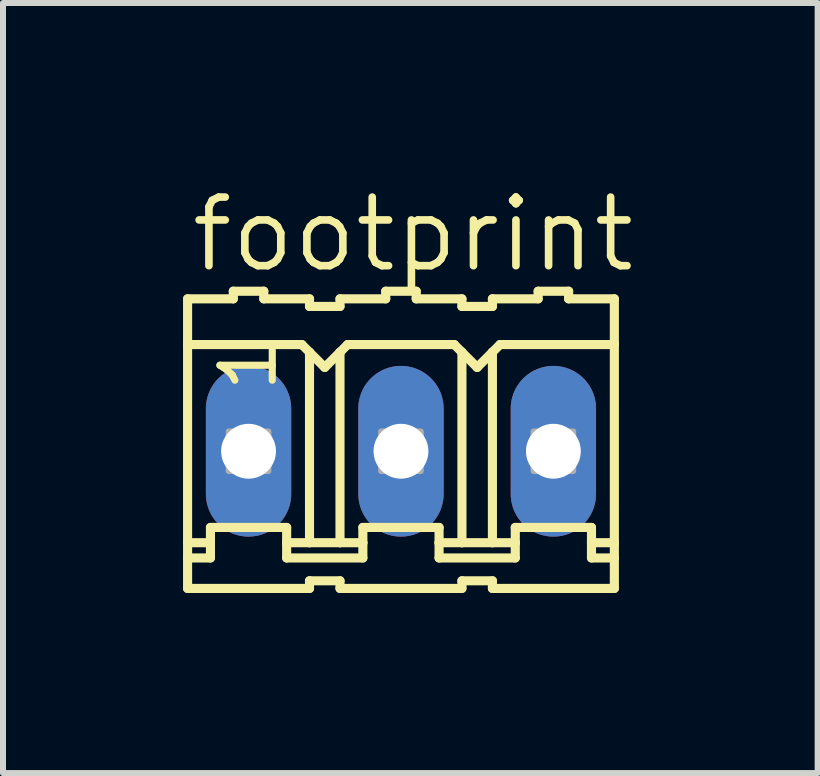
<source format=kicad_pcb>
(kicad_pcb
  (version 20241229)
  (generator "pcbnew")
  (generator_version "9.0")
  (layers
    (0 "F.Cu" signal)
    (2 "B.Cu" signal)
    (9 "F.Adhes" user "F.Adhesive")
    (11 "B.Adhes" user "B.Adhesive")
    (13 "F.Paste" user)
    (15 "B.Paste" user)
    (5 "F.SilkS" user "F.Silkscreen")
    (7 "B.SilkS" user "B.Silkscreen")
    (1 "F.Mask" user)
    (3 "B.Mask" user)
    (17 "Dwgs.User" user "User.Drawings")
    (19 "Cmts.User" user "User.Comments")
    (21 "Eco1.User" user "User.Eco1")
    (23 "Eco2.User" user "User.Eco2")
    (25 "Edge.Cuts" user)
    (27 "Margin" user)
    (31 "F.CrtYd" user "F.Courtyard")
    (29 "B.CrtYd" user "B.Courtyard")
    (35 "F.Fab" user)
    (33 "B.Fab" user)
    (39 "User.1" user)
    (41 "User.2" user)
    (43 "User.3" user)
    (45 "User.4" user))
  (footprint "footprint"
    (layer "F.Cu")
    (at 3.632 4.47)
    (property "Reference" "footprint" (at -3.556 -2.946 0) (layer "F.SilkS") (effects (font (size 1.143 1.143) (thickness 0.127)) (justify left bottom)))
    (fp_line (start -3.556 -2.54) (end -3.556 -1.778) (stroke (width 0.152) (type solid)) (layer "F.SilkS"))
    (fp_line (start -3.556 -2.54) (end -2.794 -2.54) (stroke (width 0.152) (type solid)) (layer "F.SilkS"))
    (fp_line (start -3.556 -1.778) (end -3.556 1.524) (stroke (width 0.152) (type solid)) (layer "F.SilkS"))
    (fp_line (start -3.556 1.524) (end -3.556 1.778) (stroke (width 0.152) (type solid)) (layer "F.SilkS"))
    (fp_line (start -3.556 1.778) (end -3.556 2.286) (stroke (width 0.152) (type solid)) (layer "F.SilkS"))
    (fp_line (start -3.556 1.778) (end -3.175 1.778) (stroke (width 0.152) (type solid)) (layer "F.SilkS"))
    (fp_line (start -3.175 1.27) (end -1.905 1.27) (stroke (width 0.152) (type solid)) (layer "F.SilkS"))
    (fp_line (start -3.175 1.524) (end -3.556 1.524) (stroke (width 0.152) (type solid)) (layer "F.SilkS"))
    (fp_line (start -3.175 1.524) (end -3.175 1.27) (stroke (width 0.152) (type solid)) (layer "F.SilkS"))
    (fp_line (start -3.175 1.778) (end -3.175 1.524) (stroke (width 0.152) (type solid)) (layer "F.SilkS"))
    (fp_line (start -2.794 -2.54) (end -2.794 -2.667) (stroke (width 0.152) (type solid)) (layer "F.SilkS"))
    (fp_line (start -2.286 -2.667) (end -2.794 -2.667) (stroke (width 0.152) (type solid)) (layer "F.SilkS"))
    (fp_line (start -2.286 -2.54) (end -2.286 -2.667) (stroke (width 0.152) (type solid)) (layer "F.SilkS"))
    (fp_line (start -1.905 1.524) (end -1.905 1.27) (stroke (width 0.152) (type solid)) (layer "F.SilkS"))
    (fp_line (start -1.905 1.524) (end -1.524 1.524) (stroke (width 0.152) (type solid)) (layer "F.SilkS"))
    (fp_line (start -1.905 1.778) (end -1.905 1.524) (stroke (width 0.152) (type solid)) (layer "F.SilkS"))
    (fp_line (start -1.651 -1.778) (end -3.556 -1.778) (stroke (width 0.152) (type solid)) (layer "F.SilkS"))
    (fp_line (start -1.651 -1.778) (end -1.524 -1.651) (stroke (width 0.152) (type solid)) (layer "F.SilkS"))
    (fp_line (start -1.524 -2.54) (end -2.286 -2.54) (stroke (width 0.152) (type solid)) (layer "F.SilkS"))
    (fp_line (start -1.524 -2.413) (end -1.524 -2.54) (stroke (width 0.152) (type solid)) (layer "F.SilkS"))
    (fp_line (start -1.524 -2.413) (end -1.016 -2.413) (stroke (width 0.152) (type solid)) (layer "F.SilkS"))
    (fp_line (start -1.524 -1.651) (end -1.524 1.524) (stroke (width 0.152) (type solid)) (layer "F.SilkS"))
    (fp_line (start -1.524 -1.651) (end -1.27 -1.397) (stroke (width 0.152) (type solid)) (layer "F.SilkS"))
    (fp_line (start -1.524 1.524) (end -1.016 1.524) (stroke (width 0.152) (type solid)) (layer "F.SilkS"))
    (fp_line (start -1.524 2.159) (end -1.524 2.286) (stroke (width 0.152) (type solid)) (layer "F.SilkS"))
    (fp_line (start -1.524 2.286) (end -3.556 2.286) (stroke (width 0.152) (type solid)) (layer "F.SilkS"))
    (fp_line (start -1.27 -1.397) (end -1.016 -1.651) (stroke (width 0.152) (type solid)) (layer "F.SilkS"))
    (fp_line (start -1.016 -2.54) (end -0.254 -2.54) (stroke (width 0.152) (type solid)) (layer "F.SilkS"))
    (fp_line (start -1.016 -2.413) (end -1.016 -2.54) (stroke (width 0.152) (type solid)) (layer "F.SilkS"))
    (fp_line (start -1.016 -1.651) (end -1.016 1.524) (stroke (width 0.152) (type solid)) (layer "F.SilkS"))
    (fp_line (start -1.016 -1.651) (end -0.889 -1.778) (stroke (width 0.152) (type solid)) (layer "F.SilkS"))
    (fp_line (start -1.016 1.524) (end -0.635 1.524) (stroke (width 0.152) (type solid)) (layer "F.SilkS"))
    (fp_line (start -1.016 2.159) (end -1.524 2.159) (stroke (width 0.152) (type solid)) (layer "F.SilkS"))
    (fp_line (start -1.016 2.159) (end -1.016 2.286) (stroke (width 0.152) (type solid)) (layer "F.SilkS"))
    (fp_line (start -1.016 2.286) (end 1.016 2.286) (stroke (width 0.152) (type solid)) (layer "F.SilkS"))
    (fp_line (start -0.889 -1.778) (end 0.889 -1.778) (stroke (width 0.152) (type solid)) (layer "F.SilkS"))
    (fp_line (start -0.635 1.27) (end 0.635 1.27) (stroke (width 0.152) (type solid)) (layer "F.SilkS"))
    (fp_line (start -0.635 1.524) (end -0.635 1.27) (stroke (width 0.152) (type solid)) (layer "F.SilkS"))
    (fp_line (start -0.635 1.778) (end -1.905 1.778) (stroke (width 0.152) (type solid)) (layer "F.SilkS"))
    (fp_line (start -0.635 1.778) (end -0.635 1.524) (stroke (width 0.152) (type solid)) (layer "F.SilkS"))
    (fp_line (start -0.254 -2.54) (end -0.254 -2.667) (stroke (width 0.152) (type solid)) (layer "F.SilkS"))
    (fp_line (start 0.254 -2.667) (end -0.254 -2.667) (stroke (width 0.152) (type solid)) (layer "F.SilkS"))
    (fp_line (start 0.254 -2.54) (end 0.254 -2.667) (stroke (width 0.152) (type solid)) (layer "F.SilkS"))
    (fp_line (start 0.254 -2.54) (end 1.016 -2.54) (stroke (width 0.152) (type solid)) (layer "F.SilkS"))
    (fp_line (start 0.635 1.524) (end 0.635 1.27) (stroke (width 0.152) (type solid)) (layer "F.SilkS"))
    (fp_line (start 0.635 1.524) (end 1.016 1.524) (stroke (width 0.152) (type solid)) (layer "F.SilkS"))
    (fp_line (start 0.635 1.778) (end 0.635 1.524) (stroke (width 0.152) (type solid)) (layer "F.SilkS"))
    (fp_line (start 0.635 1.778) (end 1.905 1.778) (stroke (width 0.152) (type solid)) (layer "F.SilkS"))
    (fp_line (start 0.889 -1.778) (end 1.016 -1.651) (stroke (width 0.152) (type solid)) (layer "F.SilkS"))
    (fp_line (start 1.016 -2.413) (end 1.016 -2.54) (stroke (width 0.152) (type solid)) (layer "F.SilkS"))
    (fp_line (start 1.016 -1.651) (end 1.016 1.524) (stroke (width 0.152) (type solid)) (layer "F.SilkS"))
    (fp_line (start 1.016 -1.651) (end 1.27 -1.397) (stroke (width 0.152) (type solid)) (layer "F.SilkS"))
    (fp_line (start 1.016 1.524) (end 1.524 1.524) (stroke (width 0.152) (type solid)) (layer "F.SilkS"))
    (fp_line (start 1.016 2.159) (end 1.016 2.286) (stroke (width 0.152) (type solid)) (layer "F.SilkS"))
    (fp_line (start 1.27 -1.397) (end 1.524 -1.651) (stroke (width 0.152) (type solid)) (layer "F.SilkS"))
    (fp_line (start 1.524 -2.54) (end 2.286 -2.54) (stroke (width 0.152) (type solid)) (layer "F.SilkS"))
    (fp_line (start 1.524 -2.413) (end 1.016 -2.413) (stroke (width 0.152) (type solid)) (layer "F.SilkS"))
    (fp_line (start 1.524 -2.413) (end 1.524 -2.54) (stroke (width 0.152) (type solid)) (layer "F.SilkS"))
    (fp_line (start 1.524 -1.651) (end 1.524 1.524) (stroke (width 0.152) (type solid)) (layer "F.SilkS"))
    (fp_line (start 1.524 -1.651) (end 1.651 -1.778) (stroke (width 0.152) (type solid)) (layer "F.SilkS"))
    (fp_line (start 1.524 1.524) (end 1.905 1.524) (stroke (width 0.152) (type solid)) (layer "F.SilkS"))
    (fp_line (start 1.524 2.159) (end 1.016 2.159) (stroke (width 0.152) (type solid)) (layer "F.SilkS"))
    (fp_line (start 1.524 2.159) (end 1.524 2.286) (stroke (width 0.152) (type solid)) (layer "F.SilkS"))
    (fp_line (start 1.651 -1.778) (end 3.556 -1.778) (stroke (width 0.152) (type solid)) (layer "F.SilkS"))
    (fp_line (start 1.905 1.27) (end 3.175 1.27) (stroke (width 0.152) (type solid)) (layer "F.SilkS"))
    (fp_line (start 1.905 1.524) (end 1.905 1.27) (stroke (width 0.152) (type solid)) (layer "F.SilkS"))
    (fp_line (start 1.905 1.778) (end 1.905 1.524) (stroke (width 0.152) (type solid)) (layer "F.SilkS"))
    (fp_line (start 2.286 -2.54) (end 2.286 -2.667) (stroke (width 0.152) (type solid)) (layer "F.SilkS"))
    (fp_line (start 2.794 -2.667) (end 2.286 -2.667) (stroke (width 0.152) (type solid)) (layer "F.SilkS"))
    (fp_line (start 2.794 -2.54) (end 2.794 -2.667) (stroke (width 0.152) (type solid)) (layer "F.SilkS"))
    (fp_line (start 2.794 -2.54) (end 3.556 -2.54) (stroke (width 0.152) (type solid)) (layer "F.SilkS"))
    (fp_line (start 3.175 1.524) (end 3.175 1.27) (stroke (width 0.152) (type solid)) (layer "F.SilkS"))
    (fp_line (start 3.175 1.524) (end 3.556 1.524) (stroke (width 0.152) (type solid)) (layer "F.SilkS"))
    (fp_line (start 3.175 1.778) (end 3.175 1.524) (stroke (width 0.152) (type solid)) (layer "F.SilkS"))
    (fp_line (start 3.556 -1.778) (end 3.556 -2.54) (stroke (width 0.152) (type solid)) (layer "F.SilkS"))
    (fp_line (start 3.556 -1.778) (end 3.556 1.524) (stroke (width 0.152) (type solid)) (layer "F.SilkS"))
    (fp_line (start 3.556 1.524) (end 3.556 1.778) (stroke (width 0.152) (type solid)) (layer "F.SilkS"))
    (fp_line (start 3.556 1.778) (end 3.175 1.778) (stroke (width 0.152) (type solid)) (layer "F.SilkS"))
    (fp_line (start 3.556 1.778) (end 3.556 2.286) (stroke (width 0.152) (type solid)) (layer "F.SilkS"))
    (fp_line (start 3.556 2.286) (end 1.524 2.286) (stroke (width 0.152) (type solid)) (layer "F.SilkS"))
    (fp_poly (pts (xy -2.87 0.33) (xy -2.21 0.33) (xy -2.21 -0.33) (xy -2.87 -0.33)) (stroke (width 0.1) (type solid)) (fill no) (layer "F.Fab"))
    (fp_poly (pts (xy -0.33 0.33) (xy 0.33 0.33) (xy 0.33 -0.33) (xy -0.33 -0.33)) (stroke (width 0.1) (type solid)) (fill no) (layer "F.Fab"))
    (fp_poly (pts (xy 2.21 0.33) (xy 2.87 0.33) (xy 2.87 -0.33) (xy 2.21 -0.33)) (stroke (width 0.1) (type solid)) (fill no) (layer "F.Fab"))
    (fp_text user "1" (at -2.032 -0.94 90) (layer "F.SilkS") (effects (font (size 0.872 0.872) (thickness 0.119)) (justify left bottom)))
    (pad "1" thru_hole oval (at -2.54 0 90) (size 2.845 1.422) (drill 0.914) (layers "*.Cu" "*.Mask"))
    (pad "2" thru_hole oval (at 0 0 90) (size 2.845 1.422) (drill 0.914) (layers "*.Cu" "*.Mask"))
    (pad "3" thru_hole oval (at 2.54 0 90) (size 2.845 1.422) (drill 0.914) (layers "*.Cu" "*.Mask")))
  (gr_rect
    (start -3 -3)
    (end 10.576 9.833)
    (stroke (width 0.1) (type default))
    (fill no)
    (layer "Edge.Cuts")))
</source>
